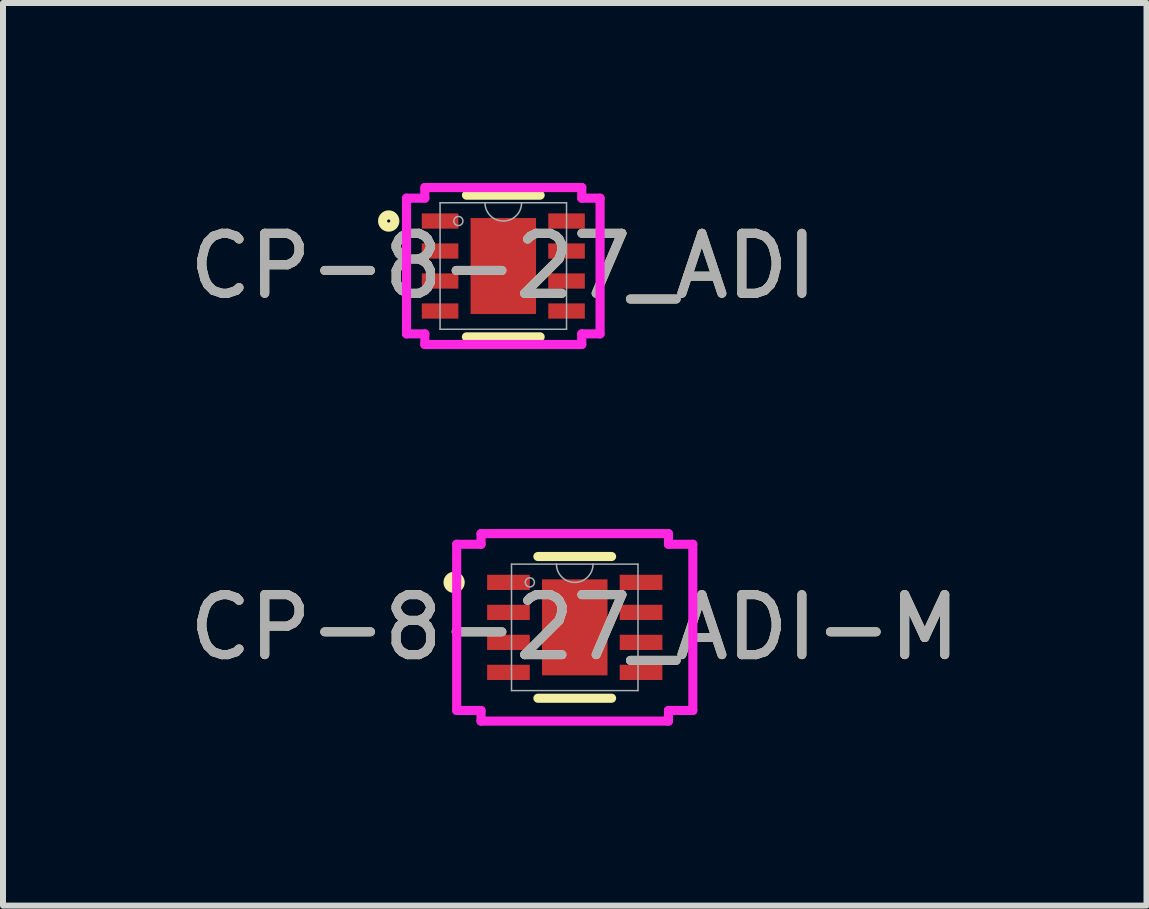
<source format=kicad_pcb>
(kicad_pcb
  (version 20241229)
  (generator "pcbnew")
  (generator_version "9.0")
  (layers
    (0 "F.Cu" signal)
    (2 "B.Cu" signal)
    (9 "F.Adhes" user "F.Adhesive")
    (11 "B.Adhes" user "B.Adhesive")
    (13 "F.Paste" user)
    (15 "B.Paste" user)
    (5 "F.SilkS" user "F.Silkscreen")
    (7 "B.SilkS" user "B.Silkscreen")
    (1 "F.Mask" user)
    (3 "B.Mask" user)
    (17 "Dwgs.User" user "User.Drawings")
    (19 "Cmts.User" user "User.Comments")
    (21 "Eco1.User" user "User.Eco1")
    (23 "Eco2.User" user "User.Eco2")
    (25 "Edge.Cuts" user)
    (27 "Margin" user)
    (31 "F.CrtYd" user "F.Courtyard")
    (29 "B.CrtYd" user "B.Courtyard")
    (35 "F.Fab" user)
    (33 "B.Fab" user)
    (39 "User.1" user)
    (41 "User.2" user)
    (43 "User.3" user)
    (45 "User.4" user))
  (footprint "CP-8-27_ADI"
    (layer "F.Cu")
    (at 5.339 1.384)
    (property "Reference" "CP-8-27_ADI" (at 0 0 0) (unlocked yes) (layer "F.SilkS") (effects (font (size 1 1) (thickness 0.15))))
    (attr smd)
    (fp_line (start -0.614 1.181) (end 0.614 1.181) (stroke (width 0.152) (type solid)) (layer "F.SilkS"))
    (fp_line (start 0.614 -1.181) (end -0.614 -1.181) (stroke (width 0.152) (type solid)) (layer "F.SilkS"))
    (fp_circle (center -1.91 -0.75) (end -1.808 -0.75) (stroke (width 0.152) (type solid)) (fill no) (layer "F.SilkS"))
    (fp_line (start -1.613 -1.131) (end -1.308 -1.131) (stroke (width 0.152) (type solid)) (layer "F.CrtYd"))
    (fp_line (start -1.613 1.131) (end -1.613 -1.131) (stroke (width 0.152) (type solid)) (layer "F.CrtYd"))
    (fp_line (start -1.613 1.131) (end -1.308 1.131) (stroke (width 0.152) (type solid)) (layer "F.CrtYd"))
    (fp_line (start -1.308 -1.308) (end 1.308 -1.308) (stroke (width 0.152) (type solid)) (layer "F.CrtYd"))
    (fp_line (start -1.308 -1.131) (end -1.308 -1.308) (stroke (width 0.152) (type solid)) (layer "F.CrtYd"))
    (fp_line (start -1.308 1.308) (end -1.308 1.131) (stroke (width 0.152) (type solid)) (layer "F.CrtYd"))
    (fp_line (start 1.308 -1.308) (end 1.308 -1.131) (stroke (width 0.152) (type solid)) (layer "F.CrtYd"))
    (fp_line (start 1.308 1.131) (end 1.308 1.308) (stroke (width 0.152) (type solid)) (layer "F.CrtYd"))
    (fp_line (start 1.308 1.308) (end -1.308 1.308) (stroke (width 0.152) (type solid)) (layer "F.CrtYd"))
    (fp_line (start 1.613 -1.131) (end 1.308 -1.131) (stroke (width 0.152) (type solid)) (layer "F.CrtYd"))
    (fp_line (start 1.613 -1.131) (end 1.613 1.131) (stroke (width 0.152) (type solid)) (layer "F.CrtYd"))
    (fp_line (start 1.613 1.131) (end 1.308 1.131) (stroke (width 0.152) (type solid)) (layer "F.CrtYd"))
    (fp_line (start -1.054 -1.054) (end -1.054 1.054) (stroke (width 0.025) (type solid)) (layer "F.Fab"))
    (fp_line (start -1.054 1.054) (end 1.054 1.054) (stroke (width 0.025) (type solid)) (layer "F.Fab"))
    (fp_line (start 1.054 -1.054) (end -1.054 -1.054) (stroke (width 0.025) (type solid)) (layer "F.Fab"))
    (fp_line (start 1.054 1.054) (end 1.054 -1.054) (stroke (width 0.025) (type solid)) (layer "F.Fab"))
    (fp_arc (start 0.3048 -1.0541) (mid 0 -0.7493) (end -0.3048 -1.0541) (stroke (width 0.0254) (type solid)) (layer "F.Fab"))
    (fp_circle (center -0.749 -0.75) (end -0.673 -0.75) (stroke (width 0.025) (type solid)) (fill no) (layer "F.Fab"))
    (fp_text user "${REFERENCE}" (at 0 0 0) (unlocked yes) (layer "F.Fab") (effects (font (size 1 1) (thickness 0.15))))
    (pad "1" smd rect (at -1.054 -0.75) (size 0.61 0.254) (layers "F.Cu" "F.Mask" "F.Paste"))
    (pad "2" smd rect (at -1.054 -0.25) (size 0.61 0.254) (layers "F.Cu" "F.Mask" "F.Paste"))
    (pad "3" smd rect (at -1.054 0.25) (size 0.61 0.254) (layers "F.Cu" "F.Mask" "F.Paste"))
    (pad "4" smd rect (at -1.054 0.75) (size 0.61 0.254) (layers "F.Cu" "F.Mask" "F.Paste"))
    (pad "5" smd rect (at 1.054 0.75) (size 0.61 0.254) (layers "F.Cu" "F.Mask" "F.Paste"))
    (pad "6" smd rect (at 1.054 0.25) (size 0.61 0.254) (layers "F.Cu" "F.Mask" "F.Paste"))
    (pad "7" smd rect (at 1.054 -0.25) (size 0.61 0.254) (layers "F.Cu" "F.Mask" "F.Paste"))
    (pad "8" smd rect (at 1.054 -0.75) (size 0.61 0.254) (layers "F.Cu" "F.Mask" "F.Paste"))
    (pad "9" smd rect (at 0 0) (size 1.092 1.6) (layers "F.Cu" "F.Mask" "F.Paste")))
  (footprint "CP-8-27_ADI-M"
    (layer "F.Cu")
    (at 6.53 7.407)
    (property "Reference" "CP-8-27_ADI-M" (at 0 0 0) (unlocked yes) (layer "F.SilkS") (effects (font (size 1 1) (thickness 0.15))))
    (attr smd)
    (fp_line (start -0.614 1.181) (end 0.614 1.181) (stroke (width 0.152) (type solid)) (layer "F.SilkS"))
    (fp_line (start 0.614 -1.181) (end -0.614 -1.181) (stroke (width 0.152) (type solid)) (layer "F.SilkS"))
    (fp_circle (center -2.011 -0.75) (end -1.91 -0.75) (stroke (width 0.152) (type solid)) (fill no) (layer "F.SilkS"))
    (fp_line (start -1.968 -1.385) (end -1.562 -1.385) (stroke (width 0.152) (type solid)) (layer "F.CrtYd"))
    (fp_line (start -1.968 1.385) (end -1.968 -1.385) (stroke (width 0.152) (type solid)) (layer "F.CrtYd"))
    (fp_line (start -1.968 1.385) (end -1.562 1.385) (stroke (width 0.152) (type solid)) (layer "F.CrtYd"))
    (fp_line (start -1.562 -1.562) (end 1.562 -1.562) (stroke (width 0.152) (type solid)) (layer "F.CrtYd"))
    (fp_line (start -1.562 -1.385) (end -1.562 -1.562) (stroke (width 0.152) (type solid)) (layer "F.CrtYd"))
    (fp_line (start -1.562 1.562) (end -1.562 1.385) (stroke (width 0.152) (type solid)) (layer "F.CrtYd"))
    (fp_line (start 1.562 -1.562) (end 1.562 -1.385) (stroke (width 0.152) (type solid)) (layer "F.CrtYd"))
    (fp_line (start 1.562 1.385) (end 1.562 1.562) (stroke (width 0.152) (type solid)) (layer "F.CrtYd"))
    (fp_line (start 1.562 1.562) (end -1.562 1.562) (stroke (width 0.152) (type solid)) (layer "F.CrtYd"))
    (fp_line (start 1.968 -1.385) (end 1.562 -1.385) (stroke (width 0.152) (type solid)) (layer "F.CrtYd"))
    (fp_line (start 1.968 -1.385) (end 1.968 1.385) (stroke (width 0.152) (type solid)) (layer "F.CrtYd"))
    (fp_line (start 1.968 1.385) (end 1.562 1.385) (stroke (width 0.152) (type solid)) (layer "F.CrtYd"))
    (fp_line (start -1.054 -1.054) (end -1.054 1.054) (stroke (width 0.025) (type solid)) (layer "F.Fab"))
    (fp_line (start -1.054 1.054) (end 1.054 1.054) (stroke (width 0.025) (type solid)) (layer "F.Fab"))
    (fp_line (start 1.054 -1.054) (end -1.054 -1.054) (stroke (width 0.025) (type solid)) (layer "F.Fab"))
    (fp_line (start 1.054 1.054) (end 1.054 -1.054) (stroke (width 0.025) (type solid)) (layer "F.Fab"))
    (fp_arc (start 0.3048 -1.0541) (mid 0 -0.7493) (end -0.3048 -1.0541) (stroke (width 0.0254) (type solid)) (layer "F.Fab"))
    (fp_circle (center -0.749 -0.75) (end -0.673 -0.75) (stroke (width 0.025) (type solid)) (fill no) (layer "F.Fab"))
    (fp_text user "${REFERENCE}" (at 0 0 0) (unlocked yes) (layer "F.Fab") (effects (font (size 1 1) (thickness 0.15))))
    (pad "1" smd rect (at -1.105 -0.75) (size 0.711 0.254) (layers "F.Cu" "F.Mask" "F.Paste"))
    (pad "2" smd rect (at -1.105 -0.25) (size 0.711 0.254) (layers "F.Cu" "F.Mask" "F.Paste"))
    (pad "3" smd rect (at -1.105 0.25) (size 0.711 0.254) (layers "F.Cu" "F.Mask" "F.Paste"))
    (pad "4" smd rect (at -1.105 0.75) (size 0.711 0.254) (layers "F.Cu" "F.Mask" "F.Paste"))
    (pad "5" smd rect (at 1.105 0.75) (size 0.711 0.254) (layers "F.Cu" "F.Mask" "F.Paste"))
    (pad "6" smd rect (at 1.105 0.25) (size 0.711 0.254) (layers "F.Cu" "F.Mask" "F.Paste"))
    (pad "7" smd rect (at 1.105 -0.25) (size 0.711 0.254) (layers "F.Cu" "F.Mask" "F.Paste"))
    (pad "8" smd rect (at 1.105 -0.75) (size 0.711 0.254) (layers "F.Cu" "F.Mask" "F.Paste"))
    (pad "9" smd rect (at 0 0) (size 1.092 1.6) (layers "F.Cu" "F.Mask" "F.Paste")))
  (gr_rect
    (start -3 -3)
    (end 16.06 12.045)
    (stroke (width 0.1) (type default))
    (fill no)
    (layer "Edge.Cuts")))
</source>
